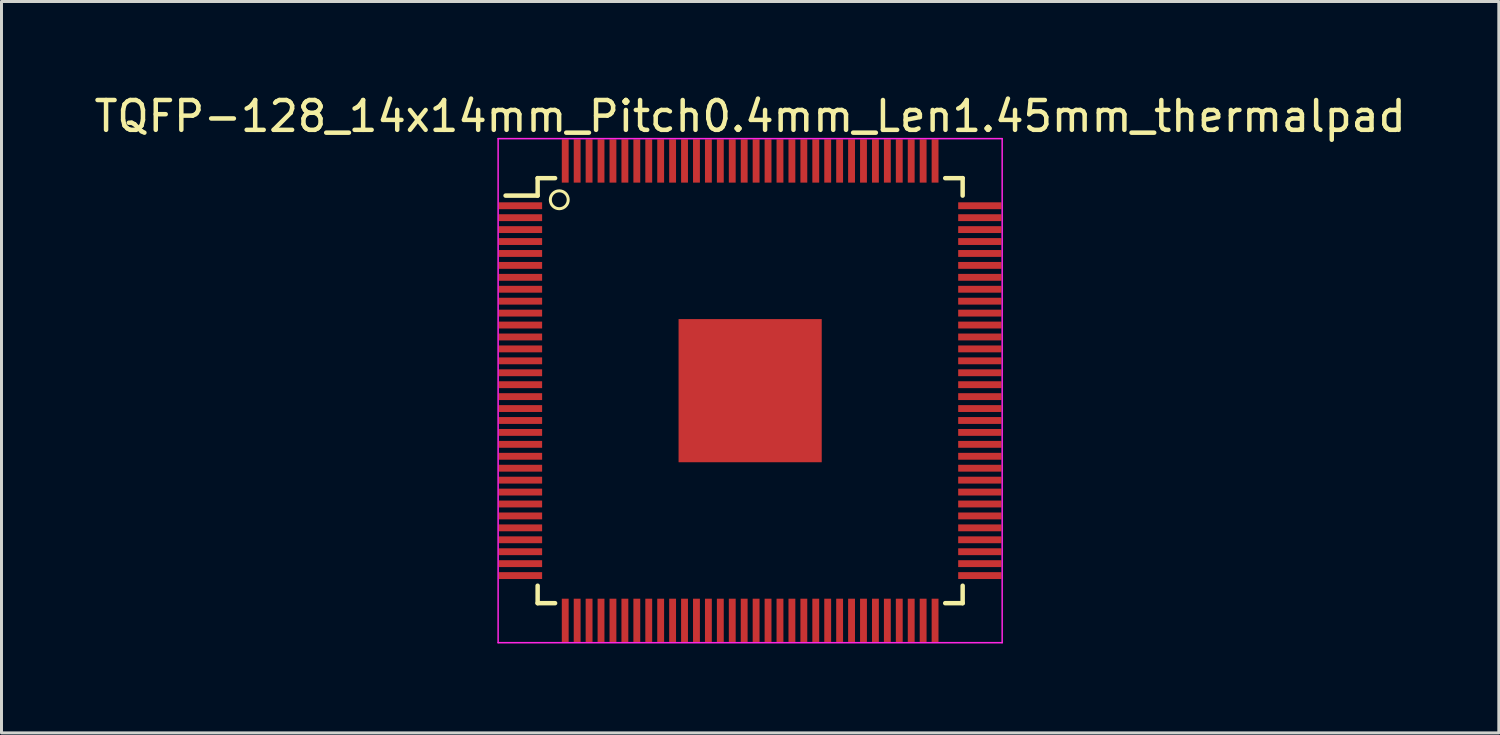
<source format=kicad_pcb>
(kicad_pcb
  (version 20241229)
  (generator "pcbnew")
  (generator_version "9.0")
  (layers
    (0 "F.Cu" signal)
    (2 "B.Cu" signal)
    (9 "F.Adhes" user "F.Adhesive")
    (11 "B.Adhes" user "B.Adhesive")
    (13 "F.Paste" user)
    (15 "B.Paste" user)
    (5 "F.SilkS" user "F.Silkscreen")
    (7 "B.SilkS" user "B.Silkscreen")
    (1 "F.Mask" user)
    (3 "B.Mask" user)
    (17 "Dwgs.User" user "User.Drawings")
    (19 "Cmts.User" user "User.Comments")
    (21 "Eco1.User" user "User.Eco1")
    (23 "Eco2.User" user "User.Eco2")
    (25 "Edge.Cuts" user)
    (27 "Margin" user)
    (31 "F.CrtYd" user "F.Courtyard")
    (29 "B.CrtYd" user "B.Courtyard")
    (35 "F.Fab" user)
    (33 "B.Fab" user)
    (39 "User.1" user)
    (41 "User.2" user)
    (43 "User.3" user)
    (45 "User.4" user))
  (footprint "TQFP-128_14x14mm_Pitch0.4mm_Len1.45mm_thermalpad"
    (layer "F.Cu")
    (at 22.101 10.048)
    (property "Reference" "TQFP-128_14x14mm_Pitch0.4mm_Len1.45mm_thermalpad" (at 0 -9.2 0) (layer "F.SilkS") (effects (font (size 1 1) (thickness 0.15))))
    (attr smd)
    (fp_line (start -7.125 -7.125) (end -7.125 -6.54) (stroke (width 0.15) (type solid)) (layer "F.SilkS"))
    (fp_line (start -7.125 -7.125) (end -6.54 -7.125) (stroke (width 0.15) (type solid)) (layer "F.SilkS"))
    (fp_line (start -7.125 -6.54) (end -8.2 -6.54) (stroke (width 0.15) (type solid)) (layer "F.SilkS"))
    (fp_line (start -7.125 7.125) (end -7.125 6.54) (stroke (width 0.15) (type solid)) (layer "F.SilkS"))
    (fp_line (start -7.125 7.125) (end -6.54 7.125) (stroke (width 0.15) (type solid)) (layer "F.SilkS"))
    (fp_line (start 7.125 -7.125) (end 6.54 -7.125) (stroke (width 0.15) (type solid)) (layer "F.SilkS"))
    (fp_line (start 7.125 -7.125) (end 7.125 -6.54) (stroke (width 0.15) (type solid)) (layer "F.SilkS"))
    (fp_line (start 7.125 7.125) (end 6.54 7.125) (stroke (width 0.15) (type solid)) (layer "F.SilkS"))
    (fp_line (start 7.125 7.125) (end 7.125 6.54) (stroke (width 0.15) (type solid)) (layer "F.SilkS"))
    (fp_circle (center -6.4 -6.4) (end -6.1 -6.4) (stroke (width 0.1) (type solid)) (fill no) (layer "F.SilkS"))
    (fp_line (start -8.45 -8.45) (end -8.45 8.45) (stroke (width 0.05) (type solid)) (layer "F.CrtYd"))
    (fp_line (start -8.45 -8.45) (end 8.45 -8.45) (stroke (width 0.05) (type solid)) (layer "F.CrtYd"))
    (fp_line (start -8.45 8.45) (end 8.45 8.45) (stroke (width 0.05) (type solid)) (layer "F.CrtYd"))
    (fp_line (start 8.45 -8.45) (end 8.45 8.45) (stroke (width 0.05) (type solid)) (layer "F.CrtYd"))
    (pad "1" smd rect (at -7.7 -6.2) (size 1.45 0.23) (layers "F.Cu" "F.Mask" "F.Paste"))
    (pad "2" smd rect (at -7.7 -5.8) (size 1.45 0.23) (layers "F.Cu" "F.Mask" "F.Paste"))
    (pad "3" smd rect (at -7.7 -5.4) (size 1.45 0.23) (layers "F.Cu" "F.Mask" "F.Paste"))
    (pad "4" smd rect (at -7.7 -5) (size 1.45 0.23) (layers "F.Cu" "F.Mask" "F.Paste"))
    (pad "5" smd rect (at -7.7 -4.6) (size 1.45 0.23) (layers "F.Cu" "F.Mask" "F.Paste"))
    (pad "6" smd rect (at -7.7 -4.2) (size 1.45 0.23) (layers "F.Cu" "F.Mask" "F.Paste"))
    (pad "7" smd rect (at -7.7 -3.8) (size 1.45 0.23) (layers "F.Cu" "F.Mask" "F.Paste"))
    (pad "8" smd rect (at -7.7 -3.4) (size 1.45 0.23) (layers "F.Cu" "F.Mask" "F.Paste"))
    (pad "9" smd rect (at -7.7 -3) (size 1.45 0.23) (layers "F.Cu" "F.Mask" "F.Paste"))
    (pad "10" smd rect (at -7.7 -2.6) (size 1.45 0.23) (layers "F.Cu" "F.Mask" "F.Paste"))
    (pad "11" smd rect (at -7.7 -2.2) (size 1.45 0.23) (layers "F.Cu" "F.Mask" "F.Paste"))
    (pad "12" smd rect (at -7.7 -1.8) (size 1.45 0.23) (layers "F.Cu" "F.Mask" "F.Paste"))
    (pad "13" smd rect (at -7.7 -1.4) (size 1.45 0.23) (layers "F.Cu" "F.Mask" "F.Paste"))
    (pad "14" smd rect (at -7.7 -1) (size 1.45 0.23) (layers "F.Cu" "F.Mask" "F.Paste"))
    (pad "15" smd rect (at -7.7 -0.6) (size 1.45 0.23) (layers "F.Cu" "F.Mask" "F.Paste"))
    (pad "16" smd rect (at -7.7 -0.2) (size 1.45 0.23) (layers "F.Cu" "F.Mask" "F.Paste"))
    (pad "17" smd rect (at -7.7 0.2) (size 1.45 0.23) (layers "F.Cu" "F.Mask" "F.Paste"))
    (pad "18" smd rect (at -7.7 0.6) (size 1.45 0.23) (layers "F.Cu" "F.Mask" "F.Paste"))
    (pad "19" smd rect (at -7.7 1) (size 1.45 0.23) (layers "F.Cu" "F.Mask" "F.Paste"))
    (pad "20" smd rect (at -7.7 1.4) (size 1.45 0.23) (layers "F.Cu" "F.Mask" "F.Paste"))
    (pad "21" smd rect (at -7.7 1.8) (size 1.45 0.23) (layers "F.Cu" "F.Mask" "F.Paste"))
    (pad "22" smd rect (at -7.7 2.2) (size 1.45 0.23) (layers "F.Cu" "F.Mask" "F.Paste"))
    (pad "23" smd rect (at -7.7 2.6) (size 1.45 0.23) (layers "F.Cu" "F.Mask" "F.Paste"))
    (pad "24" smd rect (at -7.7 3) (size 1.45 0.23) (layers "F.Cu" "F.Mask" "F.Paste"))
    (pad "25" smd rect (at -7.7 3.4) (size 1.45 0.23) (layers "F.Cu" "F.Mask" "F.Paste"))
    (pad "26" smd rect (at -7.7 3.8) (size 1.45 0.23) (layers "F.Cu" "F.Mask" "F.Paste"))
    (pad "27" smd rect (at -7.7 4.2) (size 1.45 0.23) (layers "F.Cu" "F.Mask" "F.Paste"))
    (pad "28" smd rect (at -7.7 4.6) (size 1.45 0.23) (layers "F.Cu" "F.Mask" "F.Paste"))
    (pad "29" smd rect (at -7.7 5) (size 1.45 0.23) (layers "F.Cu" "F.Mask" "F.Paste"))
    (pad "30" smd rect (at -7.7 5.4) (size 1.45 0.23) (layers "F.Cu" "F.Mask" "F.Paste"))
    (pad "31" smd rect (at -7.7 5.8) (size 1.45 0.23) (layers "F.Cu" "F.Mask" "F.Paste"))
    (pad "32" smd rect (at -7.7 6.2) (size 1.45 0.23) (layers "F.Cu" "F.Mask" "F.Paste"))
    (pad "33" smd rect (at -6.2 7.7 90) (size 1.45 0.23) (layers "F.Cu" "F.Mask" "F.Paste"))
    (pad "34" smd rect (at -5.8 7.7 90) (size 1.45 0.23) (layers "F.Cu" "F.Mask" "F.Paste"))
    (pad "35" smd rect (at -5.4 7.7 90) (size 1.45 0.23) (layers "F.Cu" "F.Mask" "F.Paste"))
    (pad "36" smd rect (at -5 7.7 90) (size 1.45 0.23) (layers "F.Cu" "F.Mask" "F.Paste"))
    (pad "37" smd rect (at -4.6 7.7 90) (size 1.45 0.23) (layers "F.Cu" "F.Mask" "F.Paste"))
    (pad "38" smd rect (at -4.2 7.7 90) (size 1.45 0.23) (layers "F.Cu" "F.Mask" "F.Paste"))
    (pad "39" smd rect (at -3.8 7.7 90) (size 1.45 0.23) (layers "F.Cu" "F.Mask" "F.Paste"))
    (pad "40" smd rect (at -3.4 7.7 90) (size 1.45 0.23) (layers "F.Cu" "F.Mask" "F.Paste"))
    (pad "41" smd rect (at -3 7.7 90) (size 1.45 0.23) (layers "F.Cu" "F.Mask" "F.Paste"))
    (pad "42" smd rect (at -2.6 7.7 90) (size 1.45 0.23) (layers "F.Cu" "F.Mask" "F.Paste"))
    (pad "43" smd rect (at -2.2 7.7 90) (size 1.45 0.23) (layers "F.Cu" "F.Mask" "F.Paste"))
    (pad "44" smd rect (at -1.8 7.7 90) (size 1.45 0.23) (layers "F.Cu" "F.Mask" "F.Paste"))
    (pad "45" smd rect (at -1.4 7.7 90) (size 1.45 0.23) (layers "F.Cu" "F.Mask" "F.Paste"))
    (pad "46" smd rect (at -1 7.7 90) (size 1.45 0.23) (layers "F.Cu" "F.Mask" "F.Paste"))
    (pad "47" smd rect (at -0.6 7.7 90) (size 1.45 0.23) (layers "F.Cu" "F.Mask" "F.Paste"))
    (pad "48" smd rect (at -0.2 7.7 90) (size 1.45 0.23) (layers "F.Cu" "F.Mask" "F.Paste"))
    (pad "49" smd rect (at 0.2 7.7 90) (size 1.45 0.23) (layers "F.Cu" "F.Mask" "F.Paste"))
    (pad "50" smd rect (at 0.6 7.7 90) (size 1.45 0.23) (layers "F.Cu" "F.Mask" "F.Paste"))
    (pad "51" smd rect (at 1 7.7 90) (size 1.45 0.23) (layers "F.Cu" "F.Mask" "F.Paste"))
    (pad "52" smd rect (at 1.4 7.7 90) (size 1.45 0.23) (layers "F.Cu" "F.Mask" "F.Paste"))
    (pad "53" smd rect (at 1.8 7.7 90) (size 1.45 0.23) (layers "F.Cu" "F.Mask" "F.Paste"))
    (pad "54" smd rect (at 2.2 7.7 90) (size 1.45 0.23) (layers "F.Cu" "F.Mask" "F.Paste"))
    (pad "55" smd rect (at 2.6 7.7 90) (size 1.45 0.23) (layers "F.Cu" "F.Mask" "F.Paste"))
    (pad "56" smd rect (at 3 7.7 90) (size 1.45 0.23) (layers "F.Cu" "F.Mask" "F.Paste"))
    (pad "57" smd rect (at 3.4 7.7 90) (size 1.45 0.23) (layers "F.Cu" "F.Mask" "F.Paste"))
    (pad "58" smd rect (at 3.8 7.7 90) (size 1.45 0.23) (layers "F.Cu" "F.Mask" "F.Paste"))
    (pad "59" smd rect (at 4.2 7.7 90) (size 1.45 0.23) (layers "F.Cu" "F.Mask" "F.Paste"))
    (pad "60" smd rect (at 4.6 7.7 90) (size 1.45 0.23) (layers "F.Cu" "F.Mask" "F.Paste"))
    (pad "61" smd rect (at 5 7.7 90) (size 1.45 0.23) (layers "F.Cu" "F.Mask" "F.Paste"))
    (pad "62" smd rect (at 5.4 7.7 90) (size 1.45 0.23) (layers "F.Cu" "F.Mask" "F.Paste"))
    (pad "63" smd rect (at 5.8 7.7 90) (size 1.45 0.23) (layers "F.Cu" "F.Mask" "F.Paste"))
    (pad "64" smd rect (at 6.2 7.7 90) (size 1.45 0.23) (layers "F.Cu" "F.Mask" "F.Paste"))
    (pad "65" smd rect (at 7.7 6.2) (size 1.45 0.23) (layers "F.Cu" "F.Mask" "F.Paste"))
    (pad "66" smd rect (at 7.7 5.8) (size 1.45 0.23) (layers "F.Cu" "F.Mask" "F.Paste"))
    (pad "67" smd rect (at 7.7 5.4) (size 1.45 0.23) (layers "F.Cu" "F.Mask" "F.Paste"))
    (pad "68" smd rect (at 7.7 5) (size 1.45 0.23) (layers "F.Cu" "F.Mask" "F.Paste"))
    (pad "69" smd rect (at 7.7 4.6) (size 1.45 0.23) (layers "F.Cu" "F.Mask" "F.Paste"))
    (pad "70" smd rect (at 7.7 4.2) (size 1.45 0.23) (layers "F.Cu" "F.Mask" "F.Paste"))
    (pad "71" smd rect (at 7.7 3.8) (size 1.45 0.23) (layers "F.Cu" "F.Mask" "F.Paste"))
    (pad "72" smd rect (at 7.7 3.4) (size 1.45 0.23) (layers "F.Cu" "F.Mask" "F.Paste"))
    (pad "73" smd rect (at 7.7 3) (size 1.45 0.23) (layers "F.Cu" "F.Mask" "F.Paste"))
    (pad "74" smd rect (at 7.7 2.6) (size 1.45 0.23) (layers "F.Cu" "F.Mask" "F.Paste"))
    (pad "75" smd rect (at 7.7 2.2) (size 1.45 0.23) (layers "F.Cu" "F.Mask" "F.Paste"))
    (pad "76" smd rect (at 7.7 1.8) (size 1.45 0.23) (layers "F.Cu" "F.Mask" "F.Paste"))
    (pad "77" smd rect (at 7.7 1.4) (size 1.45 0.23) (layers "F.Cu" "F.Mask" "F.Paste"))
    (pad "78" smd rect (at 7.7 1) (size 1.45 0.23) (layers "F.Cu" "F.Mask" "F.Paste"))
    (pad "79" smd rect (at 7.7 0.6) (size 1.45 0.23) (layers "F.Cu" "F.Mask" "F.Paste"))
    (pad "80" smd rect (at 7.7 0.2) (size 1.45 0.23) (layers "F.Cu" "F.Mask" "F.Paste"))
    (pad "81" smd rect (at 7.7 -0.2) (size 1.45 0.23) (layers "F.Cu" "F.Mask" "F.Paste"))
    (pad "82" smd rect (at 7.7 -0.6) (size 1.45 0.23) (layers "F.Cu" "F.Mask" "F.Paste"))
    (pad "83" smd rect (at 7.7 -1) (size 1.45 0.23) (layers "F.Cu" "F.Mask" "F.Paste"))
    (pad "84" smd rect (at 7.7 -1.4) (size 1.45 0.23) (layers "F.Cu" "F.Mask" "F.Paste"))
    (pad "85" smd rect (at 7.7 -1.8) (size 1.45 0.23) (layers "F.Cu" "F.Mask" "F.Paste"))
    (pad "86" smd rect (at 7.7 -2.2) (size 1.45 0.23) (layers "F.Cu" "F.Mask" "F.Paste"))
    (pad "87" smd rect (at 7.7 -2.6) (size 1.45 0.23) (layers "F.Cu" "F.Mask" "F.Paste"))
    (pad "88" smd rect (at 7.7 -3) (size 1.45 0.23) (layers "F.Cu" "F.Mask" "F.Paste"))
    (pad "89" smd rect (at 7.7 -3.4) (size 1.45 0.23) (layers "F.Cu" "F.Mask" "F.Paste"))
    (pad "90" smd rect (at 7.7 -3.8) (size 1.45 0.23) (layers "F.Cu" "F.Mask" "F.Paste"))
    (pad "91" smd rect (at 7.7 -4.2) (size 1.45 0.23) (layers "F.Cu" "F.Mask" "F.Paste"))
    (pad "92" smd rect (at 7.7 -4.6) (size 1.45 0.23) (layers "F.Cu" "F.Mask" "F.Paste"))
    (pad "93" smd rect (at 7.7 -5) (size 1.45 0.23) (layers "F.Cu" "F.Mask" "F.Paste"))
    (pad "94" smd rect (at 7.7 -5.4) (size 1.45 0.23) (layers "F.Cu" "F.Mask" "F.Paste"))
    (pad "95" smd rect (at 7.7 -5.8) (size 1.45 0.23) (layers "F.Cu" "F.Mask" "F.Paste"))
    (pad "96" smd rect (at 7.7 -6.2) (size 1.45 0.23) (layers "F.Cu" "F.Mask" "F.Paste"))
    (pad "97" smd rect (at 6.2 -7.7 90) (size 1.45 0.23) (layers "F.Cu" "F.Mask" "F.Paste"))
    (pad "98" smd rect (at 5.8 -7.7 90) (size 1.45 0.23) (layers "F.Cu" "F.Mask" "F.Paste"))
    (pad "99" smd rect (at 5.4 -7.7 90) (size 1.45 0.23) (layers "F.Cu" "F.Mask" "F.Paste"))
    (pad "100" smd rect (at 5 -7.7 90) (size 1.45 0.23) (layers "F.Cu" "F.Mask" "F.Paste"))
    (pad "101" smd rect (at 4.6 -7.7 90) (size 1.45 0.23) (layers "F.Cu" "F.Mask" "F.Paste"))
    (pad "102" smd rect (at 4.2 -7.7 90) (size 1.45 0.23) (layers "F.Cu" "F.Mask" "F.Paste"))
    (pad "103" smd rect (at 3.8 -7.7 90) (size 1.45 0.23) (layers "F.Cu" "F.Mask" "F.Paste"))
    (pad "104" smd rect (at 3.4 -7.7 90) (size 1.45 0.23) (layers "F.Cu" "F.Mask" "F.Paste"))
    (pad "105" smd rect (at 3 -7.7 90) (size 1.45 0.23) (layers "F.Cu" "F.Mask" "F.Paste"))
    (pad "106" smd rect (at 2.6 -7.7 90) (size 1.45 0.23) (layers "F.Cu" "F.Mask" "F.Paste"))
    (pad "107" smd rect (at 2.2 -7.7 90) (size 1.45 0.23) (layers "F.Cu" "F.Mask" "F.Paste"))
    (pad "108" smd rect (at 1.8 -7.7 90) (size 1.45 0.23) (layers "F.Cu" "F.Mask" "F.Paste"))
    (pad "109" smd rect (at 1.4 -7.7 90) (size 1.45 0.23) (layers "F.Cu" "F.Mask" "F.Paste"))
    (pad "110" smd rect (at 1 -7.7 90) (size 1.45 0.23) (layers "F.Cu" "F.Mask" "F.Paste"))
    (pad "111" smd rect (at 0.6 -7.7 90) (size 1.45 0.23) (layers "F.Cu" "F.Mask" "F.Paste"))
    (pad "112" smd rect (at 0.2 -7.7 90) (size 1.45 0.23) (layers "F.Cu" "F.Mask" "F.Paste"))
    (pad "113" smd rect (at -0.2 -7.7 90) (size 1.45 0.23) (layers "F.Cu" "F.Mask" "F.Paste"))
    (pad "114" smd rect (at -0.6 -7.7 90) (size 1.45 0.23) (layers "F.Cu" "F.Mask" "F.Paste"))
    (pad "115" smd rect (at -1 -7.7 90) (size 1.45 0.23) (layers "F.Cu" "F.Mask" "F.Paste"))
    (pad "116" smd rect (at -1.4 -7.7 90) (size 1.45 0.23) (layers "F.Cu" "F.Mask" "F.Paste"))
    (pad "117" smd rect (at -1.8 -7.7 90) (size 1.45 0.23) (layers "F.Cu" "F.Mask" "F.Paste"))
    (pad "118" smd rect (at -2.2 -7.7 90) (size 1.45 0.23) (layers "F.Cu" "F.Mask" "F.Paste"))
    (pad "119" smd rect (at -2.6 -7.7 90) (size 1.45 0.23) (layers "F.Cu" "F.Mask" "F.Paste"))
    (pad "120" smd rect (at -3 -7.7 90) (size 1.45 0.23) (layers "F.Cu" "F.Mask" "F.Paste"))
    (pad "121" smd rect (at -3.4 -7.7 90) (size 1.45 0.23) (layers "F.Cu" "F.Mask" "F.Paste"))
    (pad "122" smd rect (at -3.8 -7.7 90) (size 1.45 0.23) (layers "F.Cu" "F.Mask" "F.Paste"))
    (pad "123" smd rect (at -4.2 -7.7 90) (size 1.45 0.23) (layers "F.Cu" "F.Mask" "F.Paste"))
    (pad "124" smd rect (at -4.6 -7.7 90) (size 1.45 0.23) (layers "F.Cu" "F.Mask" "F.Paste"))
    (pad "125" smd rect (at -5 -7.7 90) (size 1.45 0.23) (layers "F.Cu" "F.Mask" "F.Paste"))
    (pad "126" smd rect (at -5.4 -7.7 90) (size 1.45 0.23) (layers "F.Cu" "F.Mask" "F.Paste"))
    (pad "127" smd rect (at -5.8 -7.7 90) (size 1.45 0.23) (layers "F.Cu" "F.Mask" "F.Paste"))
    (pad "128" smd rect (at -6.2 -7.7 90) (size 1.45 0.23) (layers "F.Cu" "F.Mask" "F.Paste"))
    (pad "GND" smd rect (at -1.5 -1.5) (size 1 1) (layers "F.Cu" "F.Paste"))
    (pad "GND" smd rect (at -1.5 0) (size 1 1) (layers "F.Cu" "F.Paste"))
    (pad "GND" smd rect (at -1.5 1.5) (size 1 1) (layers "F.Cu" "F.Paste"))
    (pad "GND" smd rect (at 0 -1.5) (size 1 1) (layers "F.Cu" "F.Paste"))
    (pad "GND" smd rect (at 0 0) (size 1 1) (layers "F.Cu" "F.Paste"))
    (pad "GND" smd rect (at 0 0) (size 4.8 4.8) (layers "F.Cu" "F.Mask"))
    (pad "GND" smd rect (at 0 1.5) (size 1 1) (layers "F.Cu" "F.Paste"))
    (pad "GND" smd rect (at 1.5 -1.5) (size 1 1) (layers "F.Cu" "F.Paste"))
    (pad "GND" smd rect (at 1.5 0) (size 1 1) (layers "F.Cu" "F.Paste"))
    (pad "GND" smd rect (at 1.5 1.5) (size 1 1) (layers "F.Cu" "F.Paste")))
  (gr_rect
    (start -3 -3)
    (end 47.202 21.523)
    (stroke (width 0.1) (type default))
    (fill no)
    (layer "Edge.Cuts")))
</source>
